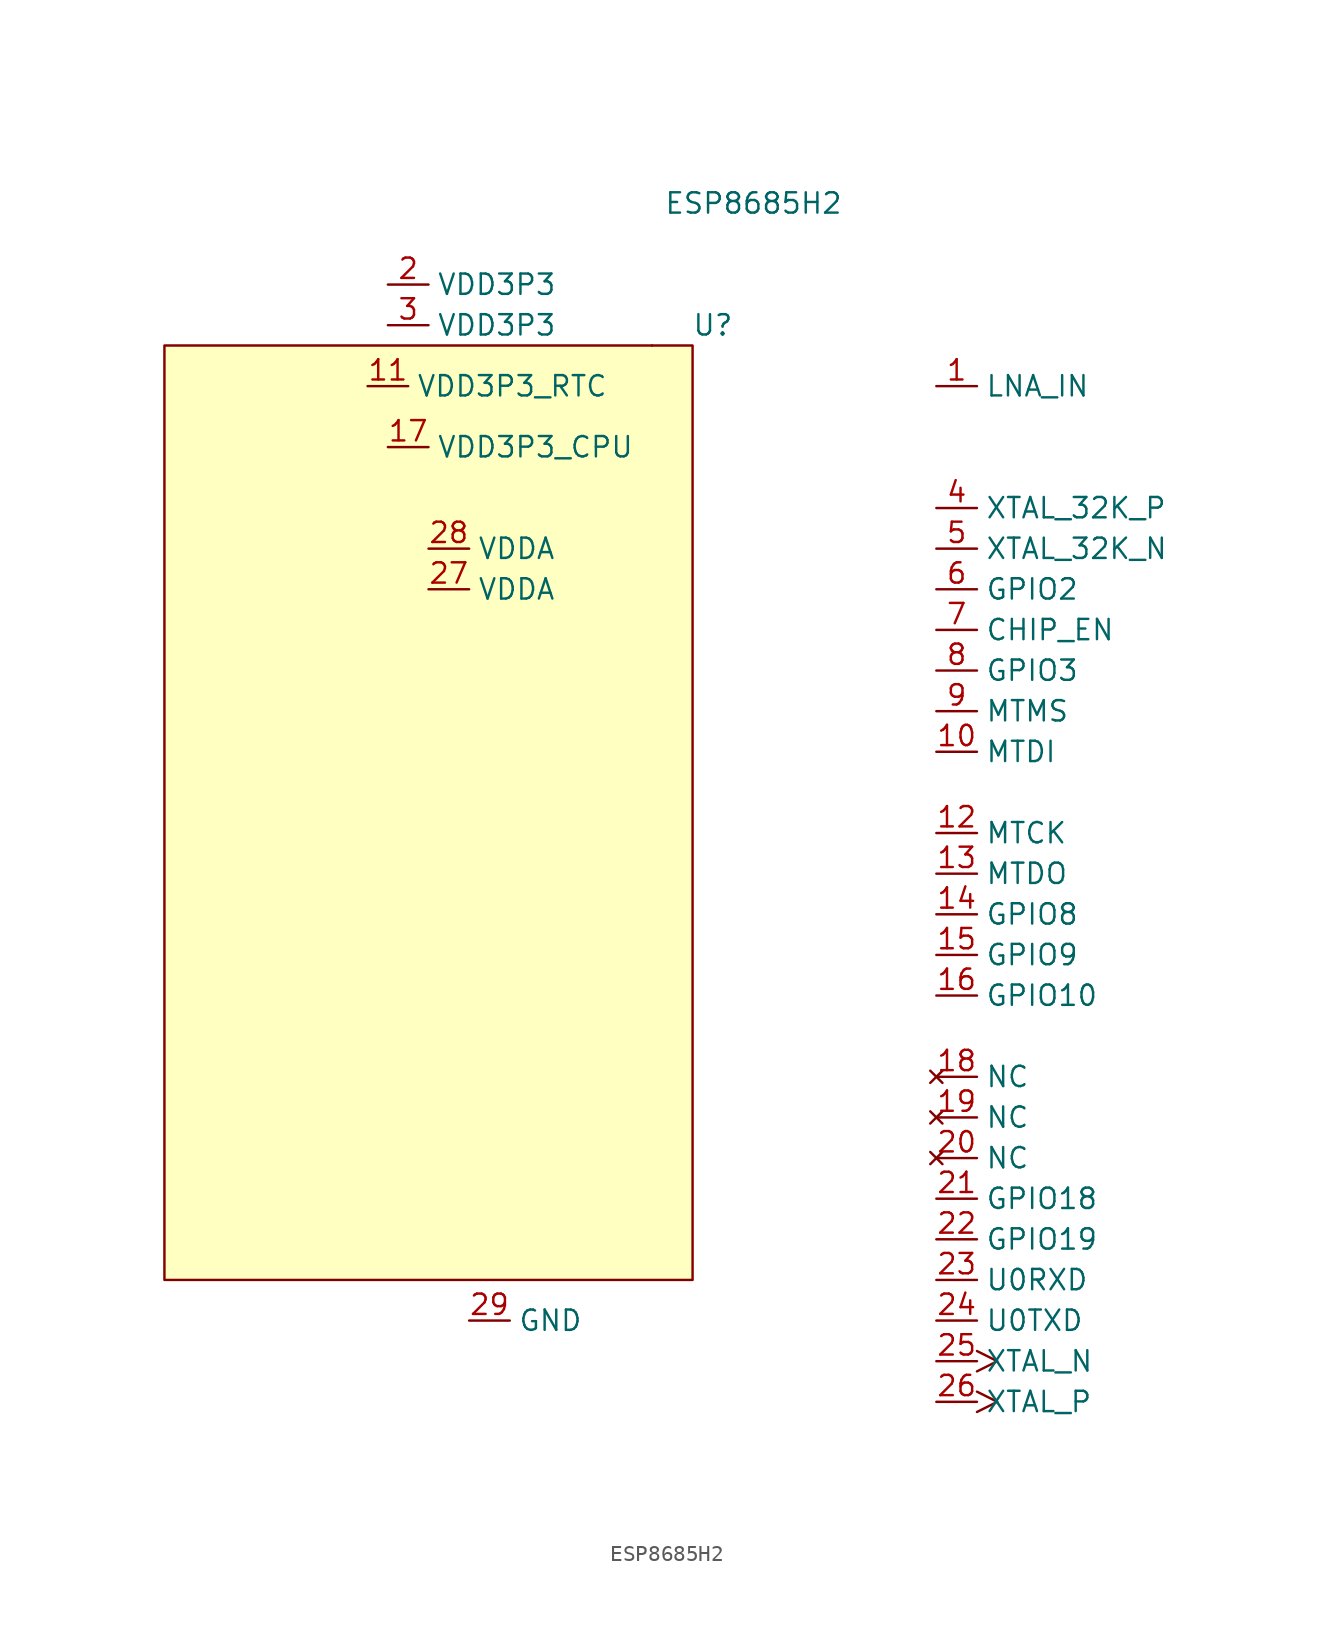
<source format=kicad_sym>
(kicad_symbol_lib
  (version 20211014)
  (generator kicad_symbol_editor)
  (symbol "ESP8685H2"
    (property "Reference" "U"
      (at 8.89 1.27 0)
      (effects (font (size 1.27 1.27))))
    (property "Value" "ESP8685H2"
      (at 11.43 8.89 0)
      (effects (font (size 1.27 1.27))))
    (symbol "ESP8685H2_0_1"
      (rectangle (start -25.4 0) (end 7.62 -58.42) (stroke (width 0) (type default) (color 0 0 0 0)) (fill (type background)))
      (rectangle (start 5.08 0) (end 5.08 0) (stroke (width 0) (type default) (color 0 0 0 0)) (fill (type none))))
    (symbol "ESP8685H2_1_1"
      (pin bidirectional line (at 22.86 -2.54 0) (length 2.54) (name "LNA_IN" (effects (font (size 1.27 1.27)))) (number "1" (effects (font (size 1.27 1.27)))))
      (pin bidirectional line (at 22.86 -25.4 0) (length 2.54) (name "MTDI" (effects (font (size 1.27 1.27)))) (number "10" (effects (font (size 1.27 1.27)))))
      (pin power_in line (at -12.7 -2.54 0) (length 2.54) (name "VDD3P3_RTC" (effects (font (size 1.27 1.27)))) (number "11" (effects (font (size 1.27 1.27)))))
      (pin bidirectional line (at 22.86 -30.48 0) (length 2.54) (name "MTCK" (effects (font (size 1.27 1.27)))) (number "12" (effects (font (size 1.27 1.27)))))
      (pin bidirectional line (at 22.86 -33.02 0) (length 2.54) (name "MTDO" (effects (font (size 1.27 1.27)))) (number "13" (effects (font (size 1.27 1.27)))))
      (pin bidirectional line (at 22.86 -35.56 0) (length 2.54) (name "GPIO8" (effects (font (size 1.27 1.27)))) (number "14" (effects (font (size 1.27 1.27)))))
      (pin bidirectional line (at 22.86 -38.1 0) (length 2.54) (name "GPIO9" (effects (font (size 1.27 1.27)))) (number "15" (effects (font (size 1.27 1.27)))))
      (pin bidirectional line (at 22.86 -40.64 0) (length 2.54) (name "GPIO10" (effects (font (size 1.27 1.27)))) (number "16" (effects (font (size 1.27 1.27)))))
      (pin power_in line (at -11.43 -6.35 0) (length 2.54) (name "VDD3P3_CPU" (effects (font (size 1.27 1.27)))) (number "17" (effects (font (size 1.27 1.27)))))
      (pin no_connect line (at 22.86 -45.72 0) (length 2.54) (name "NC" (effects (font (size 1.27 1.27)))) (number "18" (effects (font (size 1.27 1.27)))))
      (pin no_connect line (at 22.86 -48.26 0) (length 2.54) (name "NC" (effects (font (size 1.27 1.27)))) (number "19" (effects (font (size 1.27 1.27)))))
      (pin power_in line (at -11.43 3.81 0) (length 2.54) (name "VDD3P3" (effects (font (size 1.27 1.27)))) (number "2" (effects (font (size 1.27 1.27)))))
      (pin no_connect line (at 22.86 -50.8 0) (length 2.54) (name "NC" (effects (font (size 1.27 1.27)))) (number "20" (effects (font (size 1.27 1.27)))))
      (pin bidirectional line (at 22.86 -53.34 0) (length 2.54) (name "GPIO18" (effects (font (size 1.27 1.27)))) (number "21" (effects (font (size 1.27 1.27)))))
      (pin bidirectional line (at 22.86 -55.88 0) (length 2.54) (name "GPIO19" (effects (font (size 1.27 1.27)))) (number "22" (effects (font (size 1.27 1.27)))))
      (pin bidirectional line (at 22.86 -58.42 0) (length 2.54) (name "U0RXD" (effects (font (size 1.27 1.27)))) (number "23" (effects (font (size 1.27 1.27)))))
      (pin bidirectional line (at 22.86 -60.96 0) (length 2.54) (name "U0TXD" (effects (font (size 1.27 1.27)))) (number "24" (effects (font (size 1.27 1.27)))))
      (pin output clock (at 22.86 -63.5 0) (length 2.54) (name "XTAL_N" (effects (font (size 1.27 1.27)))) (number "25" (effects (font (size 1.27 1.27)))))
      (pin input clock (at 22.86 -66.04 0) (length 2.54) (name "XTAL_P" (effects (font (size 1.27 1.27)))) (number "26" (effects (font (size 1.27 1.27)))))
      (pin power_in line (at -8.89 -15.24 0) (length 2.54) (name "VDDA" (effects (font (size 1.27 1.27)))) (number "27" (effects (font (size 1.27 1.27)))))
      (pin power_in line (at -8.89 -12.7 0) (length 2.54) (name "VDDA" (effects (font (size 1.27 1.27)))) (number "28" (effects (font (size 1.27 1.27)))))
      (pin power_out line (at -6.35 -60.96 0) (length 2.54) (name "GND" (effects (font (size 1.27 1.27)))) (number "29" (effects (font (size 1.27 1.27)))))
      (pin power_in line (at -11.43 1.27 0) (length 2.54) (name "VDD3P3" (effects (font (size 1.27 1.27)))) (number "3" (effects (font (size 1.27 1.27)))))
      (pin bidirectional line (at 22.86 -10.16 0) (length 2.54) (name "XTAL_32K_P" (effects (font (size 1.27 1.27)))) (number "4" (effects (font (size 1.27 1.27)))))
      (pin bidirectional line (at 22.86 -12.7 0) (length 2.54) (name "XTAL_32K_N" (effects (font (size 1.27 1.27)))) (number "5" (effects (font (size 1.27 1.27)))))
      (pin bidirectional line (at 22.86 -15.24 0) (length 2.54) (name "GPIO2" (effects (font (size 1.27 1.27)))) (number "6" (effects (font (size 1.27 1.27)))))
      (pin input line (at 22.86 -17.78 0) (length 2.54) (name "CHIP_EN" (effects (font (size 1.27 1.27)))) (number "7" (effects (font (size 1.27 1.27)))))
      (pin bidirectional line (at 22.86 -20.32 0) (length 2.54) (name "GPIO3" (effects (font (size 1.27 1.27)))) (number "8" (effects (font (size 1.27 1.27)))))
      (pin bidirectional line (at 22.86 -22.86 0) (length 2.54) (name "MTMS" (effects (font (size 1.27 1.27)))) (number "9" (effects (font (size 1.27 1.27))))))))
</source>
